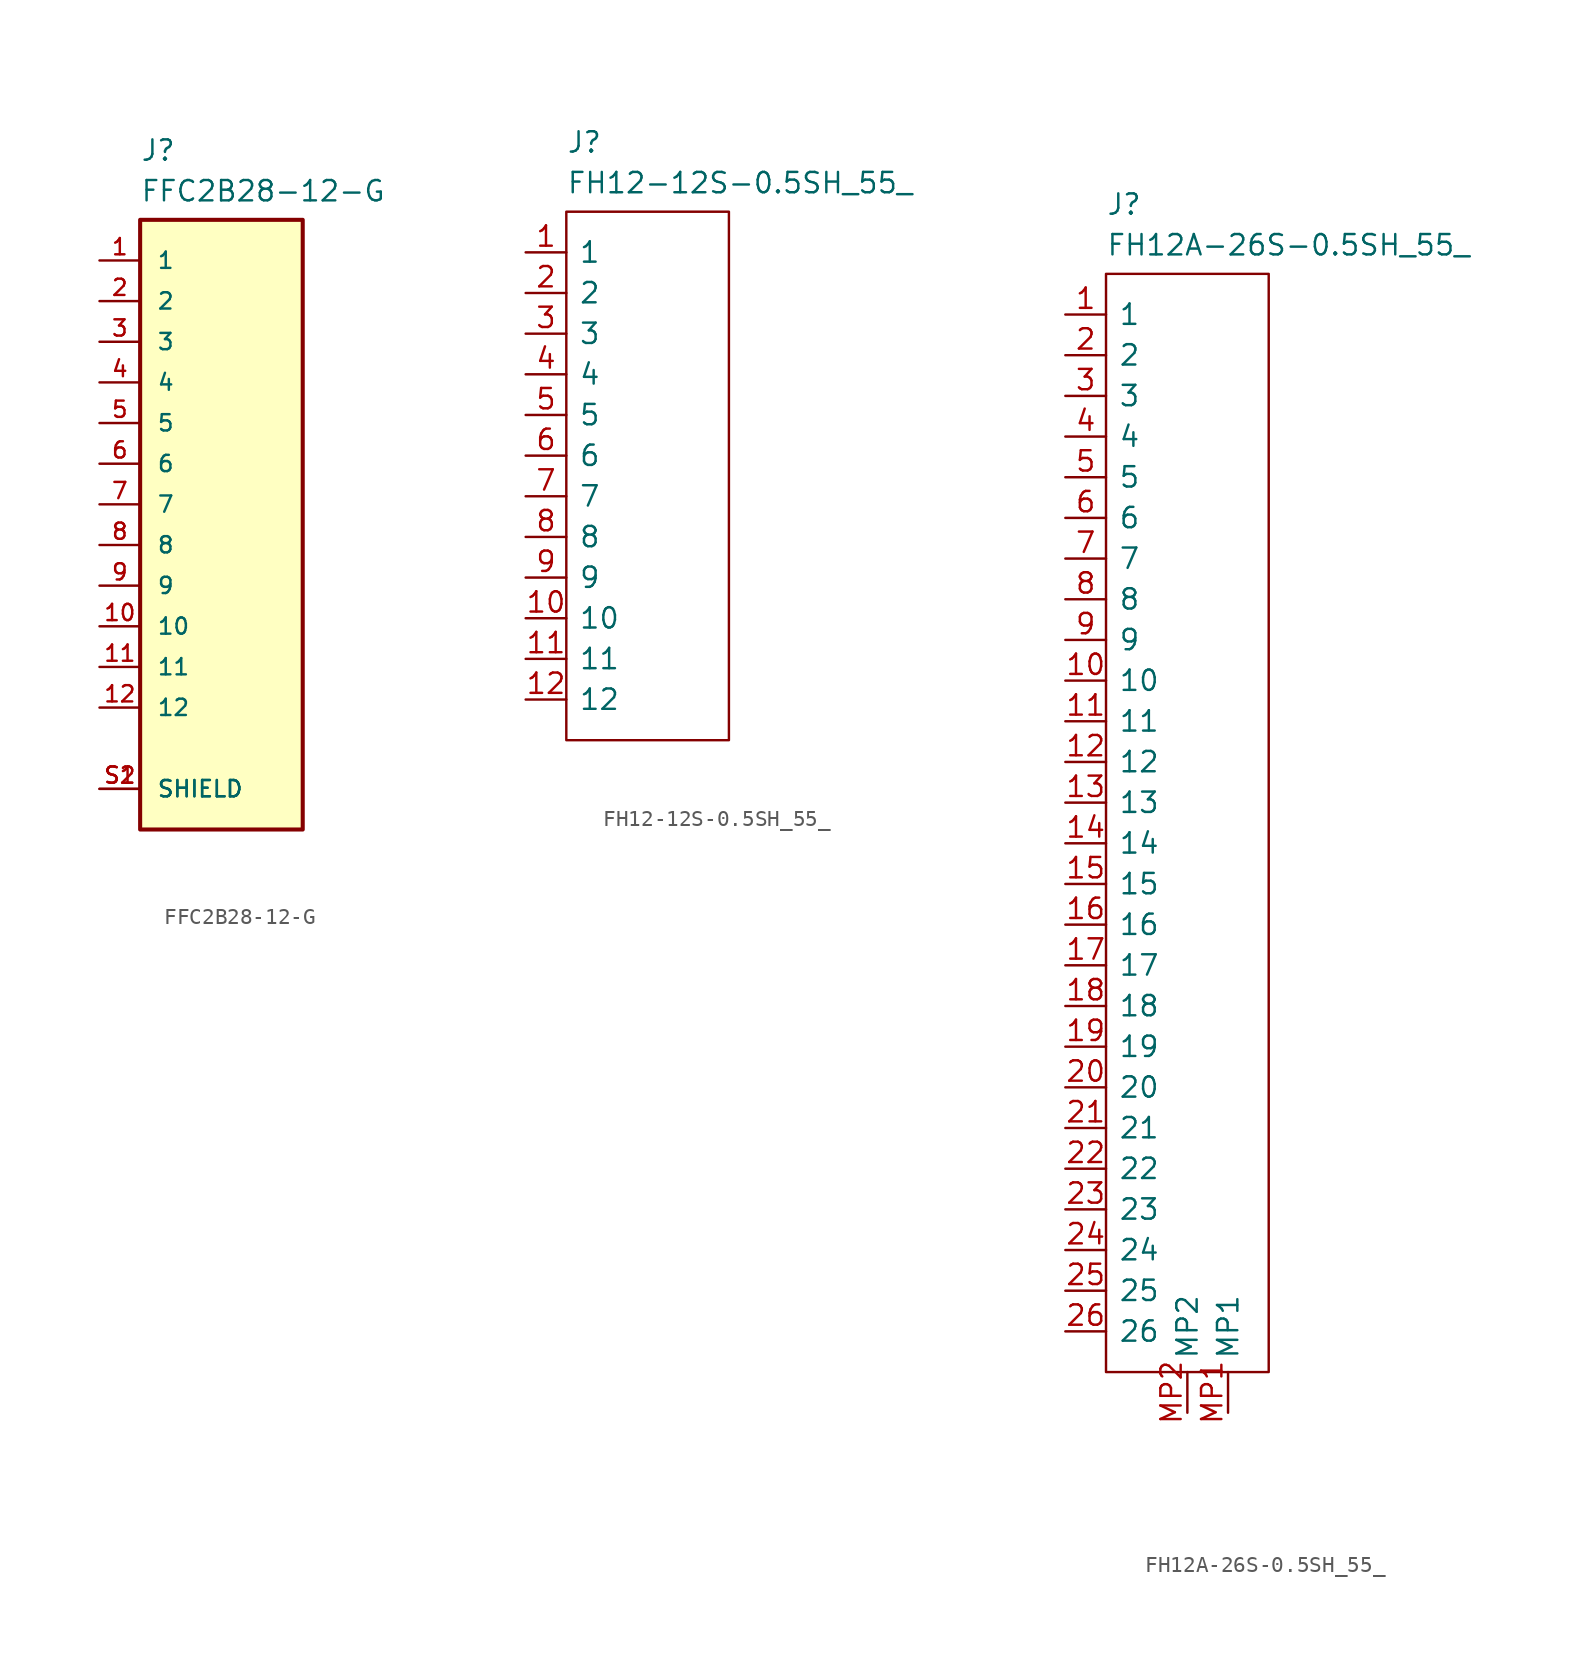
<source format=kicad_sym>
(kicad_symbol_lib
  (version 20241209)
  (generator "kicad_symbol_editor")
  (generator_version "9.0")
  (symbol "FFC2B28-12-G"
    (pin_names
      (offset 1.016))
    (property "Reference" "J"
      (at 2.54 7.62 0)
      (effects (font (size 1.27 1.27)) (justify left top)))
    (property "Value" "FFC2B28-12-G"
      (at 2.54 5.08 0)
      (effects (font (size 1.27 1.27)) (justify left top)))
    (symbol "FFC2B28-12-G_0_0"
      (rectangle (start 2.54 -35.56) (end 12.7 2.54) (stroke (width 0.254) (type default)) (fill (type background))))
    (symbol "FFC2B28-12-G_1_0"
      (pin passive line (at 0 0 0) (length 2.54) (name "1" (effects (font (size 1.016 1.016)))) (number "1" (effects (font (size 1.016 1.016)))))
      (pin passive line (at 0 -2.54 0) (length 2.54) (name "2" (effects (font (size 1.016 1.016)))) (number "2" (effects (font (size 1.016 1.016)))))
      (pin passive line (at 0 -5.08 0) (length 2.54) (name "3" (effects (font (size 1.016 1.016)))) (number "3" (effects (font (size 1.016 1.016)))))
      (pin passive line (at 0 -7.62 0) (length 2.54) (name "4" (effects (font (size 1.016 1.016)))) (number "4" (effects (font (size 1.016 1.016)))))
      (pin passive line (at 0 -10.16 0) (length 2.54) (name "5" (effects (font (size 1.016 1.016)))) (number "5" (effects (font (size 1.016 1.016)))))
      (pin passive line (at 0 -12.7 0) (length 2.54) (name "6" (effects (font (size 1.016 1.016)))) (number "6" (effects (font (size 1.016 1.016)))))
      (pin passive line (at 0 -15.24 0) (length 2.54) (name "7" (effects (font (size 1.016 1.016)))) (number "7" (effects (font (size 1.016 1.016)))))
      (pin passive line (at 0 -17.78 0) (length 2.54) (name "8" (effects (font (size 1.016 1.016)))) (number "8" (effects (font (size 1.016 1.016)))))
      (pin passive line (at 0 -20.32 0) (length 2.54) (name "9" (effects (font (size 1.016 1.016)))) (number "9" (effects (font (size 1.016 1.016)))))
      (pin passive line (at 0 -22.86 0) (length 2.54) (name "10" (effects (font (size 1.016 1.016)))) (number "10" (effects (font (size 1.016 1.016)))))
      (pin passive line (at 0 -25.4 0) (length 2.54) (name "11" (effects (font (size 1.016 1.016)))) (number "11" (effects (font (size 1.016 1.016)))))
      (pin passive line (at 0 -27.94 0) (length 2.54) (name "12" (effects (font (size 1.016 1.016)))) (number "12" (effects (font (size 1.016 1.016)))))
      (pin passive line (at 0 -33.02 0) (length 2.54) (name "SHIELD" (effects (font (size 1.016 1.016)))) (number "S1" (effects (font (size 1.016 1.016)))))
      (pin passive line (at 0 -33.02 0) (length 2.54) (name "SHIELD" (effects (font (size 1.016 1.016)))) (number "S2" (effects (font (size 1.016 1.016)))))))
  (symbol "FH12-12S-0.5SH_55_"
    (pin_names
      (offset 0.762))
    (property "Reference" "J"
      (at 2.54 7.62 0)
      (effects (font (size 1.27 1.27)) (justify left top)))
    (property "Value" "FH12-12S-0.5SH_55_"
      (at 2.54 5.08 0)
      (effects (font (size 1.27 1.27)) (justify left top)))
    (symbol "FH12-12S-0.5SH_55__0_0"
      (pin passive line (at 0 0 0) (length 2.54) (name "1" (effects (font (size 1.27 1.27)))) (number "1" (effects (font (size 1.27 1.27)))))
      (pin passive line (at 0 -2.54 0) (length 2.54) (name "2" (effects (font (size 1.27 1.27)))) (number "2" (effects (font (size 1.27 1.27)))))
      (pin passive line (at 0 -5.08 0) (length 2.54) (name "3" (effects (font (size 1.27 1.27)))) (number "3" (effects (font (size 1.27 1.27)))))
      (pin passive line (at 0 -7.62 0) (length 2.54) (name "4" (effects (font (size 1.27 1.27)))) (number "4" (effects (font (size 1.27 1.27)))))
      (pin passive line (at 0 -10.16 0) (length 2.54) (name "5" (effects (font (size 1.27 1.27)))) (number "5" (effects (font (size 1.27 1.27)))))
      (pin passive line (at 0 -12.7 0) (length 2.54) (name "6" (effects (font (size 1.27 1.27)))) (number "6" (effects (font (size 1.27 1.27)))))
      (pin passive line (at 0 -15.24 0) (length 2.54) (name "7" (effects (font (size 1.27 1.27)))) (number "7" (effects (font (size 1.27 1.27)))))
      (pin passive line (at 0 -17.78 0) (length 2.54) (name "8" (effects (font (size 1.27 1.27)))) (number "8" (effects (font (size 1.27 1.27)))))
      (pin passive line (at 0 -20.32 0) (length 2.54) (name "9" (effects (font (size 1.27 1.27)))) (number "9" (effects (font (size 1.27 1.27)))))
      (pin passive line (at 0 -22.86 0) (length 2.54) (name "10" (effects (font (size 1.27 1.27)))) (number "10" (effects (font (size 1.27 1.27)))))
      (pin passive line (at 0 -25.4 0) (length 2.54) (name "11" (effects (font (size 1.27 1.27)))) (number "11" (effects (font (size 1.27 1.27)))))
      (pin passive line (at 0 -27.94 0) (length 2.54) (name "12" (effects (font (size 1.27 1.27)))) (number "12" (effects (font (size 1.27 1.27))))))
    (symbol "FH12-12S-0.5SH_55__0_1"
      (rectangle (start 2.54 2.54) (end 12.7 -30.48) (stroke (width 0.152) (type default)) (fill (type none)))))
  (symbol "FH12A-26S-0.5SH_55_"
    (pin_names
      (offset 0.762))
    (property "Reference" "J"
      (at 2.54 7.62 0)
      (effects (font (size 1.27 1.27)) (justify left top)))
    (property "Value" "FH12A-26S-0.5SH_55_"
      (at 2.54 5.08 0)
      (effects (font (size 1.27 1.27)) (justify left top)))
    (symbol "FH12A-26S-0.5SH_55__0_0"
      (pin passive line (at 0 0 0) (length 2.54) (name "1" (effects (font (size 1.27 1.27)))) (number "1" (effects (font (size 1.27 1.27)))))
      (pin passive line (at 0 -2.54 0) (length 2.54) (name "2" (effects (font (size 1.27 1.27)))) (number "2" (effects (font (size 1.27 1.27)))))
      (pin passive line (at 0 -5.08 0) (length 2.54) (name "3" (effects (font (size 1.27 1.27)))) (number "3" (effects (font (size 1.27 1.27)))))
      (pin passive line (at 0 -7.62 0) (length 2.54) (name "4" (effects (font (size 1.27 1.27)))) (number "4" (effects (font (size 1.27 1.27)))))
      (pin passive line (at 0 -10.16 0) (length 2.54) (name "5" (effects (font (size 1.27 1.27)))) (number "5" (effects (font (size 1.27 1.27)))))
      (pin passive line (at 0 -12.7 0) (length 2.54) (name "6" (effects (font (size 1.27 1.27)))) (number "6" (effects (font (size 1.27 1.27)))))
      (pin passive line (at 0 -15.24 0) (length 2.54) (name "7" (effects (font (size 1.27 1.27)))) (number "7" (effects (font (size 1.27 1.27)))))
      (pin passive line (at 0 -17.78 0) (length 2.54) (name "8" (effects (font (size 1.27 1.27)))) (number "8" (effects (font (size 1.27 1.27)))))
      (pin passive line (at 0 -20.32 0) (length 2.54) (name "9" (effects (font (size 1.27 1.27)))) (number "9" (effects (font (size 1.27 1.27)))))
      (pin passive line (at 0 -22.86 0) (length 2.54) (name "10" (effects (font (size 1.27 1.27)))) (number "10" (effects (font (size 1.27 1.27)))))
      (pin passive line (at 0 -25.4 0) (length 2.54) (name "11" (effects (font (size 1.27 1.27)))) (number "11" (effects (font (size 1.27 1.27)))))
      (pin passive line (at 0 -27.94 0) (length 2.54) (name "12" (effects (font (size 1.27 1.27)))) (number "12" (effects (font (size 1.27 1.27)))))
      (pin passive line (at 0 -30.48 0) (length 2.54) (name "13" (effects (font (size 1.27 1.27)))) (number "13" (effects (font (size 1.27 1.27)))))
      (pin passive line (at 0 -33.02 0) (length 2.54) (name "14" (effects (font (size 1.27 1.27)))) (number "14" (effects (font (size 1.27 1.27)))))
      (pin passive line (at 0 -35.56 0) (length 2.54) (name "15" (effects (font (size 1.27 1.27)))) (number "15" (effects (font (size 1.27 1.27)))))
      (pin passive line (at 0 -38.1 0) (length 2.54) (name "16" (effects (font (size 1.27 1.27)))) (number "16" (effects (font (size 1.27 1.27)))))
      (pin passive line (at 0 -40.64 0) (length 2.54) (name "17" (effects (font (size 1.27 1.27)))) (number "17" (effects (font (size 1.27 1.27)))))
      (pin passive line (at 0 -43.18 0) (length 2.54) (name "18" (effects (font (size 1.27 1.27)))) (number "18" (effects (font (size 1.27 1.27)))))
      (pin passive line (at 0 -45.72 0) (length 2.54) (name "19" (effects (font (size 1.27 1.27)))) (number "19" (effects (font (size 1.27 1.27)))))
      (pin passive line (at 0 -48.26 0) (length 2.54) (name "20" (effects (font (size 1.27 1.27)))) (number "20" (effects (font (size 1.27 1.27)))))
      (pin passive line (at 0 -50.8 0) (length 2.54) (name "21" (effects (font (size 1.27 1.27)))) (number "21" (effects (font (size 1.27 1.27)))))
      (pin passive line (at 0 -53.34 0) (length 2.54) (name "22" (effects (font (size 1.27 1.27)))) (number "22" (effects (font (size 1.27 1.27)))))
      (pin passive line (at 0 -55.88 0) (length 2.54) (name "23" (effects (font (size 1.27 1.27)))) (number "23" (effects (font (size 1.27 1.27)))))
      (pin passive line (at 0 -58.42 0) (length 2.54) (name "24" (effects (font (size 1.27 1.27)))) (number "24" (effects (font (size 1.27 1.27)))))
      (pin passive line (at 0 -60.96 0) (length 2.54) (name "25" (effects (font (size 1.27 1.27)))) (number "25" (effects (font (size 1.27 1.27)))))
      (pin passive line (at 0 -63.5 0) (length 2.54) (name "26" (effects (font (size 1.27 1.27)))) (number "26" (effects (font (size 1.27 1.27)))))
      (pin passive line (at 7.62 -68.58 90) (length 2.54) (name "MP2" (effects (font (size 1.27 1.27)))) (number "MP2" (effects (font (size 1.27 1.27)))))
      (pin passive line (at 10.16 -68.58 90) (length 2.54) (name "MP1" (effects (font (size 1.27 1.27)))) (number "MP1" (effects (font (size 1.27 1.27))))))
    (symbol "FH12A-26S-0.5SH_55__0_1"
      (polyline (pts (xy 2.54 2.54) (xy 12.7 2.54) (xy 12.7 -66.04) (xy 2.54 -66.04) (xy 2.54 2.54)) (stroke (width 0.152) (type default)) (fill (type none))))))
</source>
